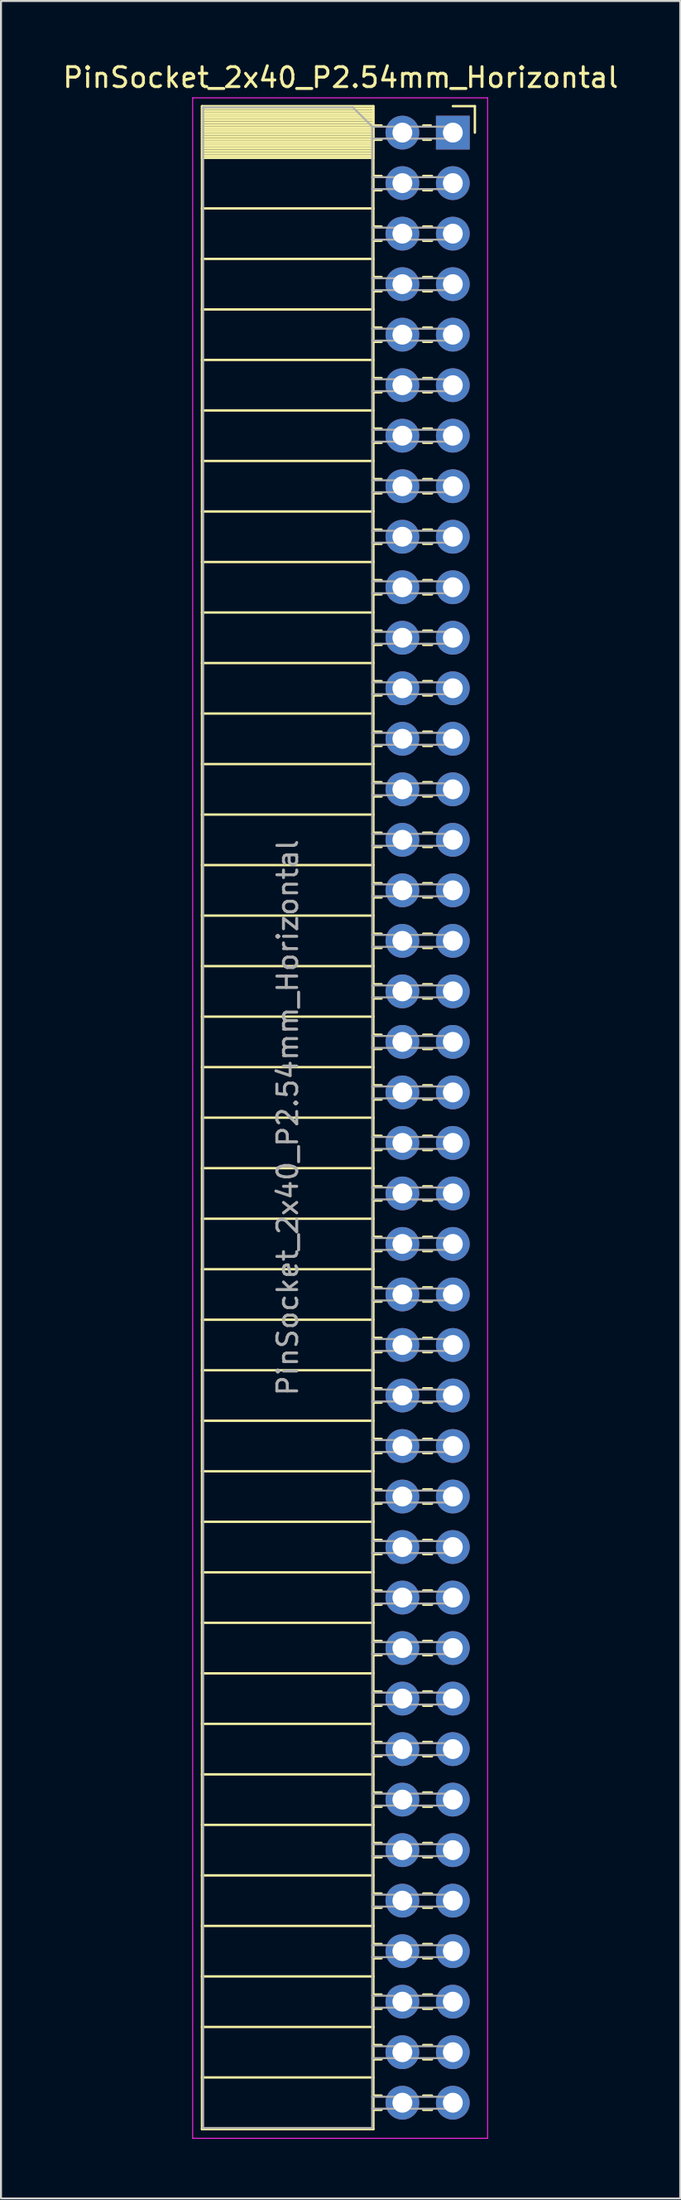
<source format=kicad_pcb>
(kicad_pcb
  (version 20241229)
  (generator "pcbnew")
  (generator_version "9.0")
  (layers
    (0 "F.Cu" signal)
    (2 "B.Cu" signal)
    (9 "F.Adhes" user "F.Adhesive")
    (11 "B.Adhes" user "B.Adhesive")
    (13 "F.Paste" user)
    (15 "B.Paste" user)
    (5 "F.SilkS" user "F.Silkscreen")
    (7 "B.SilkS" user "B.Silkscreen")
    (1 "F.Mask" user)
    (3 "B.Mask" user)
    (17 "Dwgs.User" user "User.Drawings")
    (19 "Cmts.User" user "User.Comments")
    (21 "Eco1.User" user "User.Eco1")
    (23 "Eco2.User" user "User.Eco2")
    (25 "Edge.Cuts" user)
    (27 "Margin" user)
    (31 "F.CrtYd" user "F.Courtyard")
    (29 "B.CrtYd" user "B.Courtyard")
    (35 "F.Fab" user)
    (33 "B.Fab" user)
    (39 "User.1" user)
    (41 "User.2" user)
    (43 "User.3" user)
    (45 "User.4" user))
  (footprint "PinSocket_2x40_P2.54mm_Horizontal"
    (layer "F.Cu")
    (at 19.751 3.618)
    (property "Reference" "PinSocket_2x40_P2.54mm_Horizontal" (at -5.65 -2.77 0) (layer "F.SilkS") (effects (font (size 1 1) (thickness 0.15))))
    (attr through_hole)
    (fp_line (start -12.63 -1.33) (end -12.63 100.39) (stroke (width 0.12) (type solid)) (layer "F.SilkS"))
    (fp_line (start -12.63 -1.33) (end -4 -1.33) (stroke (width 0.12) (type solid)) (layer "F.SilkS"))
    (fp_line (start -12.63 -1.21) (end -4 -1.21) (stroke (width 0.12) (type solid)) (layer "F.SilkS"))
    (fp_line (start -12.63 -1.092) (end -4 -1.092) (stroke (width 0.12) (type solid)) (layer "F.SilkS"))
    (fp_line (start -12.63 -0.974) (end -4 -0.974) (stroke (width 0.12) (type solid)) (layer "F.SilkS"))
    (fp_line (start -12.63 -0.856) (end -4 -0.856) (stroke (width 0.12) (type solid)) (layer "F.SilkS"))
    (fp_line (start -12.63 -0.738) (end -4 -0.738) (stroke (width 0.12) (type solid)) (layer "F.SilkS"))
    (fp_line (start -12.63 -0.62) (end -4 -0.62) (stroke (width 0.12) (type solid)) (layer "F.SilkS"))
    (fp_line (start -12.63 -0.501) (end -4 -0.501) (stroke (width 0.12) (type solid)) (layer "F.SilkS"))
    (fp_line (start -12.63 -0.383) (end -4 -0.383) (stroke (width 0.12) (type solid)) (layer "F.SilkS"))
    (fp_line (start -12.63 -0.265) (end -4 -0.265) (stroke (width 0.12) (type solid)) (layer "F.SilkS"))
    (fp_line (start -12.63 -0.147) (end -4 -0.147) (stroke (width 0.12) (type solid)) (layer "F.SilkS"))
    (fp_line (start -12.63 -0.029) (end -4 -0.029) (stroke (width 0.12) (type solid)) (layer "F.SilkS"))
    (fp_line (start -12.63 0.089) (end -4 0.089) (stroke (width 0.12) (type solid)) (layer "F.SilkS"))
    (fp_line (start -12.63 0.207) (end -4 0.207) (stroke (width 0.12) (type solid)) (layer "F.SilkS"))
    (fp_line (start -12.63 0.325) (end -4 0.325) (stroke (width 0.12) (type solid)) (layer "F.SilkS"))
    (fp_line (start -12.63 0.443) (end -4 0.443) (stroke (width 0.12) (type solid)) (layer "F.SilkS"))
    (fp_line (start -12.63 0.561) (end -4 0.561) (stroke (width 0.12) (type solid)) (layer "F.SilkS"))
    (fp_line (start -12.63 0.68) (end -4 0.68) (stroke (width 0.12) (type solid)) (layer "F.SilkS"))
    (fp_line (start -12.63 0.798) (end -4 0.798) (stroke (width 0.12) (type solid)) (layer "F.SilkS"))
    (fp_line (start -12.63 0.916) (end -4 0.916) (stroke (width 0.12) (type solid)) (layer "F.SilkS"))
    (fp_line (start -12.63 1.034) (end -4 1.034) (stroke (width 0.12) (type solid)) (layer "F.SilkS"))
    (fp_line (start -12.63 1.152) (end -4 1.152) (stroke (width 0.12) (type solid)) (layer "F.SilkS"))
    (fp_line (start -12.63 1.27) (end -4 1.27) (stroke (width 0.12) (type solid)) (layer "F.SilkS"))
    (fp_line (start -12.63 3.81) (end -4 3.81) (stroke (width 0.12) (type solid)) (layer "F.SilkS"))
    (fp_line (start -12.63 6.35) (end -4 6.35) (stroke (width 0.12) (type solid)) (layer "F.SilkS"))
    (fp_line (start -12.63 8.89) (end -4 8.89) (stroke (width 0.12) (type solid)) (layer "F.SilkS"))
    (fp_line (start -12.63 11.43) (end -4 11.43) (stroke (width 0.12) (type solid)) (layer "F.SilkS"))
    (fp_line (start -12.63 13.97) (end -4 13.97) (stroke (width 0.12) (type solid)) (layer "F.SilkS"))
    (fp_line (start -12.63 16.51) (end -4 16.51) (stroke (width 0.12) (type solid)) (layer "F.SilkS"))
    (fp_line (start -12.63 19.05) (end -4 19.05) (stroke (width 0.12) (type solid)) (layer "F.SilkS"))
    (fp_line (start -12.63 21.59) (end -4 21.59) (stroke (width 0.12) (type solid)) (layer "F.SilkS"))
    (fp_line (start -12.63 24.13) (end -4 24.13) (stroke (width 0.12) (type solid)) (layer "F.SilkS"))
    (fp_line (start -12.63 26.67) (end -4 26.67) (stroke (width 0.12) (type solid)) (layer "F.SilkS"))
    (fp_line (start -12.63 29.21) (end -4 29.21) (stroke (width 0.12) (type solid)) (layer "F.SilkS"))
    (fp_line (start -12.63 31.75) (end -4 31.75) (stroke (width 0.12) (type solid)) (layer "F.SilkS"))
    (fp_line (start -12.63 34.29) (end -4 34.29) (stroke (width 0.12) (type solid)) (layer "F.SilkS"))
    (fp_line (start -12.63 36.83) (end -4 36.83) (stroke (width 0.12) (type solid)) (layer "F.SilkS"))
    (fp_line (start -12.63 39.37) (end -4 39.37) (stroke (width 0.12) (type solid)) (layer "F.SilkS"))
    (fp_line (start -12.63 41.91) (end -4 41.91) (stroke (width 0.12) (type solid)) (layer "F.SilkS"))
    (fp_line (start -12.63 44.45) (end -4 44.45) (stroke (width 0.12) (type solid)) (layer "F.SilkS"))
    (fp_line (start -12.63 46.99) (end -4 46.99) (stroke (width 0.12) (type solid)) (layer "F.SilkS"))
    (fp_line (start -12.63 49.53) (end -4 49.53) (stroke (width 0.12) (type solid)) (layer "F.SilkS"))
    (fp_line (start -12.63 52.07) (end -4 52.07) (stroke (width 0.12) (type solid)) (layer "F.SilkS"))
    (fp_line (start -12.63 54.61) (end -4 54.61) (stroke (width 0.12) (type solid)) (layer "F.SilkS"))
    (fp_line (start -12.63 57.15) (end -4 57.15) (stroke (width 0.12) (type solid)) (layer "F.SilkS"))
    (fp_line (start -12.63 59.69) (end -4 59.69) (stroke (width 0.12) (type solid)) (layer "F.SilkS"))
    (fp_line (start -12.63 62.23) (end -4 62.23) (stroke (width 0.12) (type solid)) (layer "F.SilkS"))
    (fp_line (start -12.63 64.77) (end -4 64.77) (stroke (width 0.12) (type solid)) (layer "F.SilkS"))
    (fp_line (start -12.63 67.31) (end -4 67.31) (stroke (width 0.12) (type solid)) (layer "F.SilkS"))
    (fp_line (start -12.63 69.85) (end -4 69.85) (stroke (width 0.12) (type solid)) (layer "F.SilkS"))
    (fp_line (start -12.63 72.39) (end -4 72.39) (stroke (width 0.12) (type solid)) (layer "F.SilkS"))
    (fp_line (start -12.63 74.93) (end -4 74.93) (stroke (width 0.12) (type solid)) (layer "F.SilkS"))
    (fp_line (start -12.63 77.47) (end -4 77.47) (stroke (width 0.12) (type solid)) (layer "F.SilkS"))
    (fp_line (start -12.63 80.01) (end -4 80.01) (stroke (width 0.12) (type solid)) (layer "F.SilkS"))
    (fp_line (start -12.63 82.55) (end -4 82.55) (stroke (width 0.12) (type solid)) (layer "F.SilkS"))
    (fp_line (start -12.63 85.09) (end -4 85.09) (stroke (width 0.12) (type solid)) (layer "F.SilkS"))
    (fp_line (start -12.63 87.63) (end -4 87.63) (stroke (width 0.12) (type solid)) (layer "F.SilkS"))
    (fp_line (start -12.63 90.17) (end -4 90.17) (stroke (width 0.12) (type solid)) (layer "F.SilkS"))
    (fp_line (start -12.63 92.71) (end -4 92.71) (stroke (width 0.12) (type solid)) (layer "F.SilkS"))
    (fp_line (start -12.63 95.25) (end -4 95.25) (stroke (width 0.12) (type solid)) (layer "F.SilkS"))
    (fp_line (start -12.63 97.79) (end -4 97.79) (stroke (width 0.12) (type solid)) (layer "F.SilkS"))
    (fp_line (start -12.63 100.39) (end -4 100.39) (stroke (width 0.12) (type solid)) (layer "F.SilkS"))
    (fp_line (start -4 -1.33) (end -4 100.39) (stroke (width 0.12) (type solid)) (layer "F.SilkS"))
    (fp_line (start -4 -0.36) (end -3.59 -0.36) (stroke (width 0.12) (type solid)) (layer "F.SilkS"))
    (fp_line (start -4 0.36) (end -3.59 0.36) (stroke (width 0.12) (type solid)) (layer "F.SilkS"))
    (fp_line (start -4 2.18) (end -3.59 2.18) (stroke (width 0.12) (type solid)) (layer "F.SilkS"))
    (fp_line (start -4 2.9) (end -3.59 2.9) (stroke (width 0.12) (type solid)) (layer "F.SilkS"))
    (fp_line (start -4 4.72) (end -3.59 4.72) (stroke (width 0.12) (type solid)) (layer "F.SilkS"))
    (fp_line (start -4 5.44) (end -3.59 5.44) (stroke (width 0.12) (type solid)) (layer "F.SilkS"))
    (fp_line (start -4 7.26) (end -3.59 7.26) (stroke (width 0.12) (type solid)) (layer "F.SilkS"))
    (fp_line (start -4 7.98) (end -3.59 7.98) (stroke (width 0.12) (type solid)) (layer "F.SilkS"))
    (fp_line (start -4 9.8) (end -3.59 9.8) (stroke (width 0.12) (type solid)) (layer "F.SilkS"))
    (fp_line (start -4 10.52) (end -3.59 10.52) (stroke (width 0.12) (type solid)) (layer "F.SilkS"))
    (fp_line (start -4 12.34) (end -3.59 12.34) (stroke (width 0.12) (type solid)) (layer "F.SilkS"))
    (fp_line (start -4 13.06) (end -3.59 13.06) (stroke (width 0.12) (type solid)) (layer "F.SilkS"))
    (fp_line (start -4 14.88) (end -3.59 14.88) (stroke (width 0.12) (type solid)) (layer "F.SilkS"))
    (fp_line (start -4 15.6) (end -3.59 15.6) (stroke (width 0.12) (type solid)) (layer "F.SilkS"))
    (fp_line (start -4 17.42) (end -3.59 17.42) (stroke (width 0.12) (type solid)) (layer "F.SilkS"))
    (fp_line (start -4 18.14) (end -3.59 18.14) (stroke (width 0.12) (type solid)) (layer "F.SilkS"))
    (fp_line (start -4 19.96) (end -3.59 19.96) (stroke (width 0.12) (type solid)) (layer "F.SilkS"))
    (fp_line (start -4 20.68) (end -3.59 20.68) (stroke (width 0.12) (type solid)) (layer "F.SilkS"))
    (fp_line (start -4 22.5) (end -3.59 22.5) (stroke (width 0.12) (type solid)) (layer "F.SilkS"))
    (fp_line (start -4 23.22) (end -3.59 23.22) (stroke (width 0.12) (type solid)) (layer "F.SilkS"))
    (fp_line (start -4 25.04) (end -3.59 25.04) (stroke (width 0.12) (type solid)) (layer "F.SilkS"))
    (fp_line (start -4 25.76) (end -3.59 25.76) (stroke (width 0.12) (type solid)) (layer "F.SilkS"))
    (fp_line (start -4 27.58) (end -3.59 27.58) (stroke (width 0.12) (type solid)) (layer "F.SilkS"))
    (fp_line (start -4 28.3) (end -3.59 28.3) (stroke (width 0.12) (type solid)) (layer "F.SilkS"))
    (fp_line (start -4 30.12) (end -3.59 30.12) (stroke (width 0.12) (type solid)) (layer "F.SilkS"))
    (fp_line (start -4 30.84) (end -3.59 30.84) (stroke (width 0.12) (type solid)) (layer "F.SilkS"))
    (fp_line (start -4 32.66) (end -3.59 32.66) (stroke (width 0.12) (type solid)) (layer "F.SilkS"))
    (fp_line (start -4 33.38) (end -3.59 33.38) (stroke (width 0.12) (type solid)) (layer "F.SilkS"))
    (fp_line (start -4 35.2) (end -3.59 35.2) (stroke (width 0.12) (type solid)) (layer "F.SilkS"))
    (fp_line (start -4 35.92) (end -3.59 35.92) (stroke (width 0.12) (type solid)) (layer "F.SilkS"))
    (fp_line (start -4 37.74) (end -3.59 37.74) (stroke (width 0.12) (type solid)) (layer "F.SilkS"))
    (fp_line (start -4 38.46) (end -3.59 38.46) (stroke (width 0.12) (type solid)) (layer "F.SilkS"))
    (fp_line (start -4 40.28) (end -3.59 40.28) (stroke (width 0.12) (type solid)) (layer "F.SilkS"))
    (fp_line (start -4 41) (end -3.59 41) (stroke (width 0.12) (type solid)) (layer "F.SilkS"))
    (fp_line (start -4 42.82) (end -3.59 42.82) (stroke (width 0.12) (type solid)) (layer "F.SilkS"))
    (fp_line (start -4 43.54) (end -3.59 43.54) (stroke (width 0.12) (type solid)) (layer "F.SilkS"))
    (fp_line (start -4 45.36) (end -3.59 45.36) (stroke (width 0.12) (type solid)) (layer "F.SilkS"))
    (fp_line (start -4 46.08) (end -3.59 46.08) (stroke (width 0.12) (type solid)) (layer "F.SilkS"))
    (fp_line (start -4 47.9) (end -3.59 47.9) (stroke (width 0.12) (type solid)) (layer "F.SilkS"))
    (fp_line (start -4 48.62) (end -3.59 48.62) (stroke (width 0.12) (type solid)) (layer "F.SilkS"))
    (fp_line (start -4 50.44) (end -3.59 50.44) (stroke (width 0.12) (type solid)) (layer "F.SilkS"))
    (fp_line (start -4 51.16) (end -3.59 51.16) (stroke (width 0.12) (type solid)) (layer "F.SilkS"))
    (fp_line (start -4 52.98) (end -3.59 52.98) (stroke (width 0.12) (type solid)) (layer "F.SilkS"))
    (fp_line (start -4 53.7) (end -3.59 53.7) (stroke (width 0.12) (type solid)) (layer "F.SilkS"))
    (fp_line (start -4 55.52) (end -3.59 55.52) (stroke (width 0.12) (type solid)) (layer "F.SilkS"))
    (fp_line (start -4 56.24) (end -3.59 56.24) (stroke (width 0.12) (type solid)) (layer "F.SilkS"))
    (fp_line (start -4 58.06) (end -3.59 58.06) (stroke (width 0.12) (type solid)) (layer "F.SilkS"))
    (fp_line (start -4 58.78) (end -3.59 58.78) (stroke (width 0.12) (type solid)) (layer "F.SilkS"))
    (fp_line (start -4 60.6) (end -3.59 60.6) (stroke (width 0.12) (type solid)) (layer "F.SilkS"))
    (fp_line (start -4 61.32) (end -3.59 61.32) (stroke (width 0.12) (type solid)) (layer "F.SilkS"))
    (fp_line (start -4 63.14) (end -3.59 63.14) (stroke (width 0.12) (type solid)) (layer "F.SilkS"))
    (fp_line (start -4 63.86) (end -3.59 63.86) (stroke (width 0.12) (type solid)) (layer "F.SilkS"))
    (fp_line (start -4 65.68) (end -3.59 65.68) (stroke (width 0.12) (type solid)) (layer "F.SilkS"))
    (fp_line (start -4 66.4) (end -3.59 66.4) (stroke (width 0.12) (type solid)) (layer "F.SilkS"))
    (fp_line (start -4 68.22) (end -3.59 68.22) (stroke (width 0.12) (type solid)) (layer "F.SilkS"))
    (fp_line (start -4 68.94) (end -3.59 68.94) (stroke (width 0.12) (type solid)) (layer "F.SilkS"))
    (fp_line (start -4 70.76) (end -3.59 70.76) (stroke (width 0.12) (type solid)) (layer "F.SilkS"))
    (fp_line (start -4 71.48) (end -3.59 71.48) (stroke (width 0.12) (type solid)) (layer "F.SilkS"))
    (fp_line (start -4 73.3) (end -3.59 73.3) (stroke (width 0.12) (type solid)) (layer "F.SilkS"))
    (fp_line (start -4 74.02) (end -3.59 74.02) (stroke (width 0.12) (type solid)) (layer "F.SilkS"))
    (fp_line (start -4 75.84) (end -3.59 75.84) (stroke (width 0.12) (type solid)) (layer "F.SilkS"))
    (fp_line (start -4 76.56) (end -3.59 76.56) (stroke (width 0.12) (type solid)) (layer "F.SilkS"))
    (fp_line (start -4 78.38) (end -3.59 78.38) (stroke (width 0.12) (type solid)) (layer "F.SilkS"))
    (fp_line (start -4 79.1) (end -3.59 79.1) (stroke (width 0.12) (type solid)) (layer "F.SilkS"))
    (fp_line (start -4 80.92) (end -3.59 80.92) (stroke (width 0.12) (type solid)) (layer "F.SilkS"))
    (fp_line (start -4 81.64) (end -3.59 81.64) (stroke (width 0.12) (type solid)) (layer "F.SilkS"))
    (fp_line (start -4 83.46) (end -3.59 83.46) (stroke (width 0.12) (type solid)) (layer "F.SilkS"))
    (fp_line (start -4 84.18) (end -3.59 84.18) (stroke (width 0.12) (type solid)) (layer "F.SilkS"))
    (fp_line (start -4 86) (end -3.59 86) (stroke (width 0.12) (type solid)) (layer "F.SilkS"))
    (fp_line (start -4 86.72) (end -3.59 86.72) (stroke (width 0.12) (type solid)) (layer "F.SilkS"))
    (fp_line (start -4 88.54) (end -3.59 88.54) (stroke (width 0.12) (type solid)) (layer "F.SilkS"))
    (fp_line (start -4 89.26) (end -3.59 89.26) (stroke (width 0.12) (type solid)) (layer "F.SilkS"))
    (fp_line (start -4 91.08) (end -3.59 91.08) (stroke (width 0.12) (type solid)) (layer "F.SilkS"))
    (fp_line (start -4 91.8) (end -3.59 91.8) (stroke (width 0.12) (type solid)) (layer "F.SilkS"))
    (fp_line (start -4 93.62) (end -3.59 93.62) (stroke (width 0.12) (type solid)) (layer "F.SilkS"))
    (fp_line (start -4 94.34) (end -3.59 94.34) (stroke (width 0.12) (type solid)) (layer "F.SilkS"))
    (fp_line (start -4 96.16) (end -3.59 96.16) (stroke (width 0.12) (type solid)) (layer "F.SilkS"))
    (fp_line (start -4 96.88) (end -3.59 96.88) (stroke (width 0.12) (type solid)) (layer "F.SilkS"))
    (fp_line (start -4 98.7) (end -3.59 98.7) (stroke (width 0.12) (type solid)) (layer "F.SilkS"))
    (fp_line (start -4 99.42) (end -3.59 99.42) (stroke (width 0.12) (type solid)) (layer "F.SilkS"))
    (fp_line (start -1.49 -0.36) (end -1.11 -0.36) (stroke (width 0.12) (type solid)) (layer "F.SilkS"))
    (fp_line (start -1.49 0.36) (end -1.11 0.36) (stroke (width 0.12) (type solid)) (layer "F.SilkS"))
    (fp_line (start -1.49 2.18) (end -1.05 2.18) (stroke (width 0.12) (type solid)) (layer "F.SilkS"))
    (fp_line (start -1.49 2.9) (end -1.05 2.9) (stroke (width 0.12) (type solid)) (layer "F.SilkS"))
    (fp_line (start -1.49 4.72) (end -1.05 4.72) (stroke (width 0.12) (type solid)) (layer "F.SilkS"))
    (fp_line (start -1.49 5.44) (end -1.05 5.44) (stroke (width 0.12) (type solid)) (layer "F.SilkS"))
    (fp_line (start -1.49 7.26) (end -1.05 7.26) (stroke (width 0.12) (type solid)) (layer "F.SilkS"))
    (fp_line (start -1.49 7.98) (end -1.05 7.98) (stroke (width 0.12) (type solid)) (layer "F.SilkS"))
    (fp_line (start -1.49 9.8) (end -1.05 9.8) (stroke (width 0.12) (type solid)) (layer "F.SilkS"))
    (fp_line (start -1.49 10.52) (end -1.05 10.52) (stroke (width 0.12) (type solid)) (layer "F.SilkS"))
    (fp_line (start -1.49 12.34) (end -1.05 12.34) (stroke (width 0.12) (type solid)) (layer "F.SilkS"))
    (fp_line (start -1.49 13.06) (end -1.05 13.06) (stroke (width 0.12) (type solid)) (layer "F.SilkS"))
    (fp_line (start -1.49 14.88) (end -1.05 14.88) (stroke (width 0.12) (type solid)) (layer "F.SilkS"))
    (fp_line (start -1.49 15.6) (end -1.05 15.6) (stroke (width 0.12) (type solid)) (layer "F.SilkS"))
    (fp_line (start -1.49 17.42) (end -1.05 17.42) (stroke (width 0.12) (type solid)) (layer "F.SilkS"))
    (fp_line (start -1.49 18.14) (end -1.05 18.14) (stroke (width 0.12) (type solid)) (layer "F.SilkS"))
    (fp_line (start -1.49 19.96) (end -1.05 19.96) (stroke (width 0.12) (type solid)) (layer "F.SilkS"))
    (fp_line (start -1.49 20.68) (end -1.05 20.68) (stroke (width 0.12) (type solid)) (layer "F.SilkS"))
    (fp_line (start -1.49 22.5) (end -1.05 22.5) (stroke (width 0.12) (type solid)) (layer "F.SilkS"))
    (fp_line (start -1.49 23.22) (end -1.05 23.22) (stroke (width 0.12) (type solid)) (layer "F.SilkS"))
    (fp_line (start -1.49 25.04) (end -1.05 25.04) (stroke (width 0.12) (type solid)) (layer "F.SilkS"))
    (fp_line (start -1.49 25.76) (end -1.05 25.76) (stroke (width 0.12) (type solid)) (layer "F.SilkS"))
    (fp_line (start -1.49 27.58) (end -1.05 27.58) (stroke (width 0.12) (type solid)) (layer "F.SilkS"))
    (fp_line (start -1.49 28.3) (end -1.05 28.3) (stroke (width 0.12) (type solid)) (layer "F.SilkS"))
    (fp_line (start -1.49 30.12) (end -1.05 30.12) (stroke (width 0.12) (type solid)) (layer "F.SilkS"))
    (fp_line (start -1.49 30.84) (end -1.05 30.84) (stroke (width 0.12) (type solid)) (layer "F.SilkS"))
    (fp_line (start -1.49 32.66) (end -1.05 32.66) (stroke (width 0.12) (type solid)) (layer "F.SilkS"))
    (fp_line (start -1.49 33.38) (end -1.05 33.38) (stroke (width 0.12) (type solid)) (layer "F.SilkS"))
    (fp_line (start -1.49 35.2) (end -1.05 35.2) (stroke (width 0.12) (type solid)) (layer "F.SilkS"))
    (fp_line (start -1.49 35.92) (end -1.05 35.92) (stroke (width 0.12) (type solid)) (layer "F.SilkS"))
    (fp_line (start -1.49 37.74) (end -1.05 37.74) (stroke (width 0.12) (type solid)) (layer "F.SilkS"))
    (fp_line (start -1.49 38.46) (end -1.05 38.46) (stroke (width 0.12) (type solid)) (layer "F.SilkS"))
    (fp_line (start -1.49 40.28) (end -1.05 40.28) (stroke (width 0.12) (type solid)) (layer "F.SilkS"))
    (fp_line (start -1.49 41) (end -1.05 41) (stroke (width 0.12) (type solid)) (layer "F.SilkS"))
    (fp_line (start -1.49 42.82) (end -1.05 42.82) (stroke (width 0.12) (type solid)) (layer "F.SilkS"))
    (fp_line (start -1.49 43.54) (end -1.05 43.54) (stroke (width 0.12) (type solid)) (layer "F.SilkS"))
    (fp_line (start -1.49 45.36) (end -1.05 45.36) (stroke (width 0.12) (type solid)) (layer "F.SilkS"))
    (fp_line (start -1.49 46.08) (end -1.05 46.08) (stroke (width 0.12) (type solid)) (layer "F.SilkS"))
    (fp_line (start -1.49 47.9) (end -1.05 47.9) (stroke (width 0.12) (type solid)) (layer "F.SilkS"))
    (fp_line (start -1.49 48.62) (end -1.05 48.62) (stroke (width 0.12) (type solid)) (layer "F.SilkS"))
    (fp_line (start -1.49 50.44) (end -1.05 50.44) (stroke (width 0.12) (type solid)) (layer "F.SilkS"))
    (fp_line (start -1.49 51.16) (end -1.05 51.16) (stroke (width 0.12) (type solid)) (layer "F.SilkS"))
    (fp_line (start -1.49 52.98) (end -1.05 52.98) (stroke (width 0.12) (type solid)) (layer "F.SilkS"))
    (fp_line (start -1.49 53.7) (end -1.05 53.7) (stroke (width 0.12) (type solid)) (layer "F.SilkS"))
    (fp_line (start -1.49 55.52) (end -1.05 55.52) (stroke (width 0.12) (type solid)) (layer "F.SilkS"))
    (fp_line (start -1.49 56.24) (end -1.05 56.24) (stroke (width 0.12) (type solid)) (layer "F.SilkS"))
    (fp_line (start -1.49 58.06) (end -1.05 58.06) (stroke (width 0.12) (type solid)) (layer "F.SilkS"))
    (fp_line (start -1.49 58.78) (end -1.05 58.78) (stroke (width 0.12) (type solid)) (layer "F.SilkS"))
    (fp_line (start -1.49 60.6) (end -1.05 60.6) (stroke (width 0.12) (type solid)) (layer "F.SilkS"))
    (fp_line (start -1.49 61.32) (end -1.05 61.32) (stroke (width 0.12) (type solid)) (layer "F.SilkS"))
    (fp_line (start -1.49 63.14) (end -1.05 63.14) (stroke (width 0.12) (type solid)) (layer "F.SilkS"))
    (fp_line (start -1.49 63.86) (end -1.05 63.86) (stroke (width 0.12) (type solid)) (layer "F.SilkS"))
    (fp_line (start -1.49 65.68) (end -1.05 65.68) (stroke (width 0.12) (type solid)) (layer "F.SilkS"))
    (fp_line (start -1.49 66.4) (end -1.05 66.4) (stroke (width 0.12) (type solid)) (layer "F.SilkS"))
    (fp_line (start -1.49 68.22) (end -1.05 68.22) (stroke (width 0.12) (type solid)) (layer "F.SilkS"))
    (fp_line (start -1.49 68.94) (end -1.05 68.94) (stroke (width 0.12) (type solid)) (layer "F.SilkS"))
    (fp_line (start -1.49 70.76) (end -1.05 70.76) (stroke (width 0.12) (type solid)) (layer "F.SilkS"))
    (fp_line (start -1.49 71.48) (end -1.05 71.48) (stroke (width 0.12) (type solid)) (layer "F.SilkS"))
    (fp_line (start -1.49 73.3) (end -1.05 73.3) (stroke (width 0.12) (type solid)) (layer "F.SilkS"))
    (fp_line (start -1.49 74.02) (end -1.05 74.02) (stroke (width 0.12) (type solid)) (layer "F.SilkS"))
    (fp_line (start -1.49 75.84) (end -1.05 75.84) (stroke (width 0.12) (type solid)) (layer "F.SilkS"))
    (fp_line (start -1.49 76.56) (end -1.05 76.56) (stroke (width 0.12) (type solid)) (layer "F.SilkS"))
    (fp_line (start -1.49 78.38) (end -1.05 78.38) (stroke (width 0.12) (type solid)) (layer "F.SilkS"))
    (fp_line (start -1.49 79.1) (end -1.05 79.1) (stroke (width 0.12) (type solid)) (layer "F.SilkS"))
    (fp_line (start -1.49 80.92) (end -1.05 80.92) (stroke (width 0.12) (type solid)) (layer "F.SilkS"))
    (fp_line (start -1.49 81.64) (end -1.05 81.64) (stroke (width 0.12) (type solid)) (layer "F.SilkS"))
    (fp_line (start -1.49 83.46) (end -1.05 83.46) (stroke (width 0.12) (type solid)) (layer "F.SilkS"))
    (fp_line (start -1.49 84.18) (end -1.05 84.18) (stroke (width 0.12) (type solid)) (layer "F.SilkS"))
    (fp_line (start -1.49 86) (end -1.05 86) (stroke (width 0.12) (type solid)) (layer "F.SilkS"))
    (fp_line (start -1.49 86.72) (end -1.05 86.72) (stroke (width 0.12) (type solid)) (layer "F.SilkS"))
    (fp_line (start -1.49 88.54) (end -1.05 88.54) (stroke (width 0.12) (type solid)) (layer "F.SilkS"))
    (fp_line (start -1.49 89.26) (end -1.05 89.26) (stroke (width 0.12) (type solid)) (layer "F.SilkS"))
    (fp_line (start -1.49 91.08) (end -1.05 91.08) (stroke (width 0.12) (type solid)) (layer "F.SilkS"))
    (fp_line (start -1.49 91.8) (end -1.05 91.8) (stroke (width 0.12) (type solid)) (layer "F.SilkS"))
    (fp_line (start -1.49 93.62) (end -1.05 93.62) (stroke (width 0.12) (type solid)) (layer "F.SilkS"))
    (fp_line (start -1.49 94.34) (end -1.05 94.34) (stroke (width 0.12) (type solid)) (layer "F.SilkS"))
    (fp_line (start -1.49 96.16) (end -1.05 96.16) (stroke (width 0.12) (type solid)) (layer "F.SilkS"))
    (fp_line (start -1.49 96.88) (end -1.05 96.88) (stroke (width 0.12) (type solid)) (layer "F.SilkS"))
    (fp_line (start -1.49 98.7) (end -1.05 98.7) (stroke (width 0.12) (type solid)) (layer "F.SilkS"))
    (fp_line (start -1.49 99.42) (end -1.05 99.42) (stroke (width 0.12) (type solid)) (layer "F.SilkS"))
    (fp_line (start 0 -1.33) (end 1.11 -1.33) (stroke (width 0.12) (type solid)) (layer "F.SilkS"))
    (fp_line (start 1.11 -1.33) (end 1.11 0) (stroke (width 0.12) (type solid)) (layer "F.SilkS"))
    (fp_line (start -13.1 -1.75) (end -13.1 100.85) (stroke (width 0.05) (type solid)) (layer "F.CrtYd"))
    (fp_line (start -13.1 100.85) (end 1.75 100.85) (stroke (width 0.05) (type solid)) (layer "F.CrtYd"))
    (fp_line (start 1.75 -1.75) (end -13.1 -1.75) (stroke (width 0.05) (type solid)) (layer "F.CrtYd"))
    (fp_line (start 1.75 100.85) (end 1.75 -1.75) (stroke (width 0.05) (type solid)) (layer "F.CrtYd"))
    (fp_line (start -12.57 -1.27) (end -5.03 -1.27) (stroke (width 0.1) (type solid)) (layer "F.Fab"))
    (fp_line (start -12.57 100.33) (end -12.57 -1.27) (stroke (width 0.1) (type solid)) (layer "F.Fab"))
    (fp_line (start -5.03 -1.27) (end -4.06 -0.3) (stroke (width 0.1) (type solid)) (layer "F.Fab"))
    (fp_line (start -4.06 -0.3) (end -4.06 100.33) (stroke (width 0.1) (type solid)) (layer "F.Fab"))
    (fp_line (start -4.06 0.3) (end 0 0.3) (stroke (width 0.1) (type solid)) (layer "F.Fab"))
    (fp_line (start -4.06 2.84) (end 0 2.84) (stroke (width 0.1) (type solid)) (layer "F.Fab"))
    (fp_line (start -4.06 5.38) (end 0 5.38) (stroke (width 0.1) (type solid)) (layer "F.Fab"))
    (fp_line (start -4.06 7.92) (end 0 7.92) (stroke (width 0.1) (type solid)) (layer "F.Fab"))
    (fp_line (start -4.06 10.46) (end 0 10.46) (stroke (width 0.1) (type solid)) (layer "F.Fab"))
    (fp_line (start -4.06 13) (end 0 13) (stroke (width 0.1) (type solid)) (layer "F.Fab"))
    (fp_line (start -4.06 15.54) (end 0 15.54) (stroke (width 0.1) (type solid)) (layer "F.Fab"))
    (fp_line (start -4.06 18.08) (end 0 18.08) (stroke (width 0.1) (type solid)) (layer "F.Fab"))
    (fp_line (start -4.06 20.62) (end 0 20.62) (stroke (width 0.1) (type solid)) (layer "F.Fab"))
    (fp_line (start -4.06 23.16) (end 0 23.16) (stroke (width 0.1) (type solid)) (layer "F.Fab"))
    (fp_line (start -4.06 25.7) (end 0 25.7) (stroke (width 0.1) (type solid)) (layer "F.Fab"))
    (fp_line (start -4.06 28.24) (end 0 28.24) (stroke (width 0.1) (type solid)) (layer "F.Fab"))
    (fp_line (start -4.06 30.78) (end 0 30.78) (stroke (width 0.1) (type solid)) (layer "F.Fab"))
    (fp_line (start -4.06 33.32) (end 0 33.32) (stroke (width 0.1) (type solid)) (layer "F.Fab"))
    (fp_line (start -4.06 35.86) (end 0 35.86) (stroke (width 0.1) (type solid)) (layer "F.Fab"))
    (fp_line (start -4.06 38.4) (end 0 38.4) (stroke (width 0.1) (type solid)) (layer "F.Fab"))
    (fp_line (start -4.06 40.94) (end 0 40.94) (stroke (width 0.1) (type solid)) (layer "F.Fab"))
    (fp_line (start -4.06 43.48) (end 0 43.48) (stroke (width 0.1) (type solid)) (layer "F.Fab"))
    (fp_line (start -4.06 46.02) (end 0 46.02) (stroke (width 0.1) (type solid)) (layer "F.Fab"))
    (fp_line (start -4.06 48.56) (end 0 48.56) (stroke (width 0.1) (type solid)) (layer "F.Fab"))
    (fp_line (start -4.06 51.1) (end 0 51.1) (stroke (width 0.1) (type solid)) (layer "F.Fab"))
    (fp_line (start -4.06 53.64) (end 0 53.64) (stroke (width 0.1) (type solid)) (layer "F.Fab"))
    (fp_line (start -4.06 56.18) (end 0 56.18) (stroke (width 0.1) (type solid)) (layer "F.Fab"))
    (fp_line (start -4.06 58.72) (end 0 58.72) (stroke (width 0.1) (type solid)) (layer "F.Fab"))
    (fp_line (start -4.06 61.26) (end 0 61.26) (stroke (width 0.1) (type solid)) (layer "F.Fab"))
    (fp_line (start -4.06 63.8) (end 0 63.8) (stroke (width 0.1) (type solid)) (layer "F.Fab"))
    (fp_line (start -4.06 66.34) (end 0 66.34) (stroke (width 0.1) (type solid)) (layer "F.Fab"))
    (fp_line (start -4.06 68.88) (end 0 68.88) (stroke (width 0.1) (type solid)) (layer "F.Fab"))
    (fp_line (start -4.06 71.42) (end 0 71.42) (stroke (width 0.1) (type solid)) (layer "F.Fab"))
    (fp_line (start -4.06 73.96) (end 0 73.96) (stroke (width 0.1) (type solid)) (layer "F.Fab"))
    (fp_line (start -4.06 76.5) (end 0 76.5) (stroke (width 0.1) (type solid)) (layer "F.Fab"))
    (fp_line (start -4.06 79.04) (end 0 79.04) (stroke (width 0.1) (type solid)) (layer "F.Fab"))
    (fp_line (start -4.06 81.58) (end 0 81.58) (stroke (width 0.1) (type solid)) (layer "F.Fab"))
    (fp_line (start -4.06 84.12) (end 0 84.12) (stroke (width 0.1) (type solid)) (layer "F.Fab"))
    (fp_line (start -4.06 86.66) (end 0 86.66) (stroke (width 0.1) (type solid)) (layer "F.Fab"))
    (fp_line (start -4.06 89.2) (end 0 89.2) (stroke (width 0.1) (type solid)) (layer "F.Fab"))
    (fp_line (start -4.06 91.74) (end 0 91.74) (stroke (width 0.1) (type solid)) (layer "F.Fab"))
    (fp_line (start -4.06 94.28) (end 0 94.28) (stroke (width 0.1) (type solid)) (layer "F.Fab"))
    (fp_line (start -4.06 96.82) (end 0 96.82) (stroke (width 0.1) (type solid)) (layer "F.Fab"))
    (fp_line (start -4.06 99.36) (end 0 99.36) (stroke (width 0.1) (type solid)) (layer "F.Fab"))
    (fp_line (start -4.06 100.33) (end -12.57 100.33) (stroke (width 0.1) (type solid)) (layer "F.Fab"))
    (fp_line (start 0 -0.3) (end -4.06 -0.3) (stroke (width 0.1) (type solid)) (layer "F.Fab"))
    (fp_line (start 0 0.3) (end 0 -0.3) (stroke (width 0.1) (type solid)) (layer "F.Fab"))
    (fp_line (start 0 2.24) (end -4.06 2.24) (stroke (width 0.1) (type solid)) (layer "F.Fab"))
    (fp_line (start 0 2.84) (end 0 2.24) (stroke (width 0.1) (type solid)) (layer "F.Fab"))
    (fp_line (start 0 4.78) (end -4.06 4.78) (stroke (width 0.1) (type solid)) (layer "F.Fab"))
    (fp_line (start 0 5.38) (end 0 4.78) (stroke (width 0.1) (type solid)) (layer "F.Fab"))
    (fp_line (start 0 7.32) (end -4.06 7.32) (stroke (width 0.1) (type solid)) (layer "F.Fab"))
    (fp_line (start 0 7.92) (end 0 7.32) (stroke (width 0.1) (type solid)) (layer "F.Fab"))
    (fp_line (start 0 9.86) (end -4.06 9.86) (stroke (width 0.1) (type solid)) (layer "F.Fab"))
    (fp_line (start 0 10.46) (end 0 9.86) (stroke (width 0.1) (type solid)) (layer "F.Fab"))
    (fp_line (start 0 12.4) (end -4.06 12.4) (stroke (width 0.1) (type solid)) (layer "F.Fab"))
    (fp_line (start 0 13) (end 0 12.4) (stroke (width 0.1) (type solid)) (layer "F.Fab"))
    (fp_line (start 0 14.94) (end -4.06 14.94) (stroke (width 0.1) (type solid)) (layer "F.Fab"))
    (fp_line (start 0 15.54) (end 0 14.94) (stroke (width 0.1) (type solid)) (layer "F.Fab"))
    (fp_line (start 0 17.48) (end -4.06 17.48) (stroke (width 0.1) (type solid)) (layer "F.Fab"))
    (fp_line (start 0 18.08) (end 0 17.48) (stroke (width 0.1) (type solid)) (layer "F.Fab"))
    (fp_line (start 0 20.02) (end -4.06 20.02) (stroke (width 0.1) (type solid)) (layer "F.Fab"))
    (fp_line (start 0 20.62) (end 0 20.02) (stroke (width 0.1) (type solid)) (layer "F.Fab"))
    (fp_line (start 0 22.56) (end -4.06 22.56) (stroke (width 0.1) (type solid)) (layer "F.Fab"))
    (fp_line (start 0 23.16) (end 0 22.56) (stroke (width 0.1) (type solid)) (layer "F.Fab"))
    (fp_line (start 0 25.1) (end -4.06 25.1) (stroke (width 0.1) (type solid)) (layer "F.Fab"))
    (fp_line (start 0 25.7) (end 0 25.1) (stroke (width 0.1) (type solid)) (layer "F.Fab"))
    (fp_line (start 0 27.64) (end -4.06 27.64) (stroke (width 0.1) (type solid)) (layer "F.Fab"))
    (fp_line (start 0 28.24) (end 0 27.64) (stroke (width 0.1) (type solid)) (layer "F.Fab"))
    (fp_line (start 0 30.18) (end -4.06 30.18) (stroke (width 0.1) (type solid)) (layer "F.Fab"))
    (fp_line (start 0 30.78) (end 0 30.18) (stroke (width 0.1) (type solid)) (layer "F.Fab"))
    (fp_line (start 0 32.72) (end -4.06 32.72) (stroke (width 0.1) (type solid)) (layer "F.Fab"))
    (fp_line (start 0 33.32) (end 0 32.72) (stroke (width 0.1) (type solid)) (layer "F.Fab"))
    (fp_line (start 0 35.26) (end -4.06 35.26) (stroke (width 0.1) (type solid)) (layer "F.Fab"))
    (fp_line (start 0 35.86) (end 0 35.26) (stroke (width 0.1) (type solid)) (layer "F.Fab"))
    (fp_line (start 0 37.8) (end -4.06 37.8) (stroke (width 0.1) (type solid)) (layer "F.Fab"))
    (fp_line (start 0 38.4) (end 0 37.8) (stroke (width 0.1) (type solid)) (layer "F.Fab"))
    (fp_line (start 0 40.34) (end -4.06 40.34) (stroke (width 0.1) (type solid)) (layer "F.Fab"))
    (fp_line (start 0 40.94) (end 0 40.34) (stroke (width 0.1) (type solid)) (layer "F.Fab"))
    (fp_line (start 0 42.88) (end -4.06 42.88) (stroke (width 0.1) (type solid)) (layer "F.Fab"))
    (fp_line (start 0 43.48) (end 0 42.88) (stroke (width 0.1) (type solid)) (layer "F.Fab"))
    (fp_line (start 0 45.42) (end -4.06 45.42) (stroke (width 0.1) (type solid)) (layer "F.Fab"))
    (fp_line (start 0 46.02) (end 0 45.42) (stroke (width 0.1) (type solid)) (layer "F.Fab"))
    (fp_line (start 0 47.96) (end -4.06 47.96) (stroke (width 0.1) (type solid)) (layer "F.Fab"))
    (fp_line (start 0 48.56) (end 0 47.96) (stroke (width 0.1) (type solid)) (layer "F.Fab"))
    (fp_line (start 0 50.5) (end -4.06 50.5) (stroke (width 0.1) (type solid)) (layer "F.Fab"))
    (fp_line (start 0 51.1) (end 0 50.5) (stroke (width 0.1) (type solid)) (layer "F.Fab"))
    (fp_line (start 0 53.04) (end -4.06 53.04) (stroke (width 0.1) (type solid)) (layer "F.Fab"))
    (fp_line (start 0 53.64) (end 0 53.04) (stroke (width 0.1) (type solid)) (layer "F.Fab"))
    (fp_line (start 0 55.58) (end -4.06 55.58) (stroke (width 0.1) (type solid)) (layer "F.Fab"))
    (fp_line (start 0 56.18) (end 0 55.58) (stroke (width 0.1) (type solid)) (layer "F.Fab"))
    (fp_line (start 0 58.12) (end -4.06 58.12) (stroke (width 0.1) (type solid)) (layer "F.Fab"))
    (fp_line (start 0 58.72) (end 0 58.12) (stroke (width 0.1) (type solid)) (layer "F.Fab"))
    (fp_line (start 0 60.66) (end -4.06 60.66) (stroke (width 0.1) (type solid)) (layer "F.Fab"))
    (fp_line (start 0 61.26) (end 0 60.66) (stroke (width 0.1) (type solid)) (layer "F.Fab"))
    (fp_line (start 0 63.2) (end -4.06 63.2) (stroke (width 0.1) (type solid)) (layer "F.Fab"))
    (fp_line (start 0 63.8) (end 0 63.2) (stroke (width 0.1) (type solid)) (layer "F.Fab"))
    (fp_line (start 0 65.74) (end -4.06 65.74) (stroke (width 0.1) (type solid)) (layer "F.Fab"))
    (fp_line (start 0 66.34) (end 0 65.74) (stroke (width 0.1) (type solid)) (layer "F.Fab"))
    (fp_line (start 0 68.28) (end -4.06 68.28) (stroke (width 0.1) (type solid)) (layer "F.Fab"))
    (fp_line (start 0 68.88) (end 0 68.28) (stroke (width 0.1) (type solid)) (layer "F.Fab"))
    (fp_line (start 0 70.82) (end -4.06 70.82) (stroke (width 0.1) (type solid)) (layer "F.Fab"))
    (fp_line (start 0 71.42) (end 0 70.82) (stroke (width 0.1) (type solid)) (layer "F.Fab"))
    (fp_line (start 0 73.36) (end -4.06 73.36) (stroke (width 0.1) (type solid)) (layer "F.Fab"))
    (fp_line (start 0 73.96) (end 0 73.36) (stroke (width 0.1) (type solid)) (layer "F.Fab"))
    (fp_line (start 0 75.9) (end -4.06 75.9) (stroke (width 0.1) (type solid)) (layer "F.Fab"))
    (fp_line (start 0 76.5) (end 0 75.9) (stroke (width 0.1) (type solid)) (layer "F.Fab"))
    (fp_line (start 0 78.44) (end -4.06 78.44) (stroke (width 0.1) (type solid)) (layer "F.Fab"))
    (fp_line (start 0 79.04) (end 0 78.44) (stroke (width 0.1) (type solid)) (layer "F.Fab"))
    (fp_line (start 0 80.98) (end -4.06 80.98) (stroke (width 0.1) (type solid)) (layer "F.Fab"))
    (fp_line (start 0 81.58) (end 0 80.98) (stroke (width 0.1) (type solid)) (layer "F.Fab"))
    (fp_line (start 0 83.52) (end -4.06 83.52) (stroke (width 0.1) (type solid)) (layer "F.Fab"))
    (fp_line (start 0 84.12) (end 0 83.52) (stroke (width 0.1) (type solid)) (layer "F.Fab"))
    (fp_line (start 0 86.06) (end -4.06 86.06) (stroke (width 0.1) (type solid)) (layer "F.Fab"))
    (fp_line (start 0 86.66) (end 0 86.06) (stroke (width 0.1) (type solid)) (layer "F.Fab"))
    (fp_line (start 0 88.6) (end -4.06 88.6) (stroke (width 0.1) (type solid)) (layer "F.Fab"))
    (fp_line (start 0 89.2) (end 0 88.6) (stroke (width 0.1) (type solid)) (layer "F.Fab"))
    (fp_line (start 0 91.14) (end -4.06 91.14) (stroke (width 0.1) (type solid)) (layer "F.Fab"))
    (fp_line (start 0 91.74) (end 0 91.14) (stroke (width 0.1) (type solid)) (layer "F.Fab"))
    (fp_line (start 0 93.68) (end -4.06 93.68) (stroke (width 0.1) (type solid)) (layer "F.Fab"))
    (fp_line (start 0 94.28) (end 0 93.68) (stroke (width 0.1) (type solid)) (layer "F.Fab"))
    (fp_line (start 0 96.22) (end -4.06 96.22) (stroke (width 0.1) (type solid)) (layer "F.Fab"))
    (fp_line (start 0 96.82) (end 0 96.22) (stroke (width 0.1) (type solid)) (layer "F.Fab"))
    (fp_line (start 0 98.76) (end -4.06 98.76) (stroke (width 0.1) (type solid)) (layer "F.Fab"))
    (fp_line (start 0 99.36) (end 0 98.76) (stroke (width 0.1) (type solid)) (layer "F.Fab"))
    (fp_text user "${REFERENCE}" (at -8.315 49.53 90) (layer "F.Fab") (effects (font (size 1 1) (thickness 0.15))))
    (pad "1" thru_hole rect (at 0 0) (size 1.7 1.7) (drill 1) (layers "*.Cu" "*.Mask"))
    (pad "2" thru_hole circle (at -2.54 0) (size 1.7 1.7) (drill 1) (layers "*.Cu" "*.Mask"))
    (pad "3" thru_hole circle (at 0 2.54) (size 1.7 1.7) (drill 1) (layers "*.Cu" "*.Mask"))
    (pad "4" thru_hole circle (at -2.54 2.54) (size 1.7 1.7) (drill 1) (layers "*.Cu" "*.Mask"))
    (pad "5" thru_hole circle (at 0 5.08) (size 1.7 1.7) (drill 1) (layers "*.Cu" "*.Mask"))
    (pad "6" thru_hole circle (at -2.54 5.08) (size 1.7 1.7) (drill 1) (layers "*.Cu" "*.Mask"))
    (pad "7" thru_hole circle (at 0 7.62) (size 1.7 1.7) (drill 1) (layers "*.Cu" "*.Mask"))
    (pad "8" thru_hole circle (at -2.54 7.62) (size 1.7 1.7) (drill 1) (layers "*.Cu" "*.Mask"))
    (pad "9" thru_hole circle (at 0 10.16) (size 1.7 1.7) (drill 1) (layers "*.Cu" "*.Mask"))
    (pad "10" thru_hole circle (at -2.54 10.16) (size 1.7 1.7) (drill 1) (layers "*.Cu" "*.Mask"))
    (pad "11" thru_hole circle (at 0 12.7) (size 1.7 1.7) (drill 1) (layers "*.Cu" "*.Mask"))
    (pad "12" thru_hole circle (at -2.54 12.7) (size 1.7 1.7) (drill 1) (layers "*.Cu" "*.Mask"))
    (pad "13" thru_hole circle (at 0 15.24) (size 1.7 1.7) (drill 1) (layers "*.Cu" "*.Mask"))
    (pad "14" thru_hole circle (at -2.54 15.24) (size 1.7 1.7) (drill 1) (layers "*.Cu" "*.Mask"))
    (pad "15" thru_hole circle (at 0 17.78) (size 1.7 1.7) (drill 1) (layers "*.Cu" "*.Mask"))
    (pad "16" thru_hole circle (at -2.54 17.78) (size 1.7 1.7) (drill 1) (layers "*.Cu" "*.Mask"))
    (pad "17" thru_hole circle (at 0 20.32) (size 1.7 1.7) (drill 1) (layers "*.Cu" "*.Mask"))
    (pad "18" thru_hole circle (at -2.54 20.32) (size 1.7 1.7) (drill 1) (layers "*.Cu" "*.Mask"))
    (pad "19" thru_hole circle (at 0 22.86) (size 1.7 1.7) (drill 1) (layers "*.Cu" "*.Mask"))
    (pad "20" thru_hole circle (at -2.54 22.86) (size 1.7 1.7) (drill 1) (layers "*.Cu" "*.Mask"))
    (pad "21" thru_hole circle (at 0 25.4) (size 1.7 1.7) (drill 1) (layers "*.Cu" "*.Mask"))
    (pad "22" thru_hole circle (at -2.54 25.4) (size 1.7 1.7) (drill 1) (layers "*.Cu" "*.Mask"))
    (pad "23" thru_hole circle (at 0 27.94) (size 1.7 1.7) (drill 1) (layers "*.Cu" "*.Mask"))
    (pad "24" thru_hole circle (at -2.54 27.94) (size 1.7 1.7) (drill 1) (layers "*.Cu" "*.Mask"))
    (pad "25" thru_hole circle (at 0 30.48) (size 1.7 1.7) (drill 1) (layers "*.Cu" "*.Mask"))
    (pad "26" thru_hole circle (at -2.54 30.48) (size 1.7 1.7) (drill 1) (layers "*.Cu" "*.Mask"))
    (pad "27" thru_hole circle (at 0 33.02) (size 1.7 1.7) (drill 1) (layers "*.Cu" "*.Mask"))
    (pad "28" thru_hole circle (at -2.54 33.02) (size 1.7 1.7) (drill 1) (layers "*.Cu" "*.Mask"))
    (pad "29" thru_hole circle (at 0 35.56) (size 1.7 1.7) (drill 1) (layers "*.Cu" "*.Mask"))
    (pad "30" thru_hole circle (at -2.54 35.56) (size 1.7 1.7) (drill 1) (layers "*.Cu" "*.Mask"))
    (pad "31" thru_hole circle (at 0 38.1) (size 1.7 1.7) (drill 1) (layers "*.Cu" "*.Mask"))
    (pad "32" thru_hole circle (at -2.54 38.1) (size 1.7 1.7) (drill 1) (layers "*.Cu" "*.Mask"))
    (pad "33" thru_hole circle (at 0 40.64) (size 1.7 1.7) (drill 1) (layers "*.Cu" "*.Mask"))
    (pad "34" thru_hole circle (at -2.54 40.64) (size 1.7 1.7) (drill 1) (layers "*.Cu" "*.Mask"))
    (pad "35" thru_hole circle (at 0 43.18) (size 1.7 1.7) (drill 1) (layers "*.Cu" "*.Mask"))
    (pad "36" thru_hole circle (at -2.54 43.18) (size 1.7 1.7) (drill 1) (layers "*.Cu" "*.Mask"))
    (pad "37" thru_hole circle (at 0 45.72) (size 1.7 1.7) (drill 1) (layers "*.Cu" "*.Mask"))
    (pad "38" thru_hole circle (at -2.54 45.72) (size 1.7 1.7) (drill 1) (layers "*.Cu" "*.Mask"))
    (pad "39" thru_hole circle (at 0 48.26) (size 1.7 1.7) (drill 1) (layers "*.Cu" "*.Mask"))
    (pad "40" thru_hole circle (at -2.54 48.26) (size 1.7 1.7) (drill 1) (layers "*.Cu" "*.Mask"))
    (pad "41" thru_hole circle (at 0 50.8) (size 1.7 1.7) (drill 1) (layers "*.Cu" "*.Mask"))
    (pad "42" thru_hole circle (at -2.54 50.8) (size 1.7 1.7) (drill 1) (layers "*.Cu" "*.Mask"))
    (pad "43" thru_hole circle (at 0 53.34) (size 1.7 1.7) (drill 1) (layers "*.Cu" "*.Mask"))
    (pad "44" thru_hole circle (at -2.54 53.34) (size 1.7 1.7) (drill 1) (layers "*.Cu" "*.Mask"))
    (pad "45" thru_hole circle (at 0 55.88) (size 1.7 1.7) (drill 1) (layers "*.Cu" "*.Mask"))
    (pad "46" thru_hole circle (at -2.54 55.88) (size 1.7 1.7) (drill 1) (layers "*.Cu" "*.Mask"))
    (pad "47" thru_hole circle (at 0 58.42) (size 1.7 1.7) (drill 1) (layers "*.Cu" "*.Mask"))
    (pad "48" thru_hole circle (at -2.54 58.42) (size 1.7 1.7) (drill 1) (layers "*.Cu" "*.Mask"))
    (pad "49" thru_hole circle (at 0 60.96) (size 1.7 1.7) (drill 1) (layers "*.Cu" "*.Mask"))
    (pad "50" thru_hole circle (at -2.54 60.96) (size 1.7 1.7) (drill 1) (layers "*.Cu" "*.Mask"))
    (pad "51" thru_hole circle (at 0 63.5) (size 1.7 1.7) (drill 1) (layers "*.Cu" "*.Mask"))
    (pad "52" thru_hole circle (at -2.54 63.5) (size 1.7 1.7) (drill 1) (layers "*.Cu" "*.Mask"))
    (pad "53" thru_hole circle (at 0 66.04) (size 1.7 1.7) (drill 1) (layers "*.Cu" "*.Mask"))
    (pad "54" thru_hole circle (at -2.54 66.04) (size 1.7 1.7) (drill 1) (layers "*.Cu" "*.Mask"))
    (pad "55" thru_hole circle (at 0 68.58) (size 1.7 1.7) (drill 1) (layers "*.Cu" "*.Mask"))
    (pad "56" thru_hole circle (at -2.54 68.58) (size 1.7 1.7) (drill 1) (layers "*.Cu" "*.Mask"))
    (pad "57" thru_hole circle (at 0 71.12) (size 1.7 1.7) (drill 1) (layers "*.Cu" "*.Mask"))
    (pad "58" thru_hole circle (at -2.54 71.12) (size 1.7 1.7) (drill 1) (layers "*.Cu" "*.Mask"))
    (pad "59" thru_hole circle (at 0 73.66) (size 1.7 1.7) (drill 1) (layers "*.Cu" "*.Mask"))
    (pad "60" thru_hole circle (at -2.54 73.66) (size 1.7 1.7) (drill 1) (layers "*.Cu" "*.Mask"))
    (pad "61" thru_hole circle (at 0 76.2) (size 1.7 1.7) (drill 1) (layers "*.Cu" "*.Mask"))
    (pad "62" thru_hole circle (at -2.54 76.2) (size 1.7 1.7) (drill 1) (layers "*.Cu" "*.Mask"))
    (pad "63" thru_hole circle (at 0 78.74) (size 1.7 1.7) (drill 1) (layers "*.Cu" "*.Mask"))
    (pad "64" thru_hole circle (at -2.54 78.74) (size 1.7 1.7) (drill 1) (layers "*.Cu" "*.Mask"))
    (pad "65" thru_hole circle (at 0 81.28) (size 1.7 1.7) (drill 1) (layers "*.Cu" "*.Mask"))
    (pad "66" thru_hole circle (at -2.54 81.28) (size 1.7 1.7) (drill 1) (layers "*.Cu" "*.Mask"))
    (pad "67" thru_hole circle (at 0 83.82) (size 1.7 1.7) (drill 1) (layers "*.Cu" "*.Mask"))
    (pad "68" thru_hole circle (at -2.54 83.82) (size 1.7 1.7) (drill 1) (layers "*.Cu" "*.Mask"))
    (pad "69" thru_hole circle (at 0 86.36) (size 1.7 1.7) (drill 1) (layers "*.Cu" "*.Mask"))
    (pad "70" thru_hole circle (at -2.54 86.36) (size 1.7 1.7) (drill 1) (layers "*.Cu" "*.Mask"))
    (pad "71" thru_hole circle (at 0 88.9) (size 1.7 1.7) (drill 1) (layers "*.Cu" "*.Mask"))
    (pad "72" thru_hole circle (at -2.54 88.9) (size 1.7 1.7) (drill 1) (layers "*.Cu" "*.Mask"))
    (pad "73" thru_hole circle (at 0 91.44) (size 1.7 1.7) (drill 1) (layers "*.Cu" "*.Mask"))
    (pad "74" thru_hole circle (at -2.54 91.44) (size 1.7 1.7) (drill 1) (layers "*.Cu" "*.Mask"))
    (pad "75" thru_hole circle (at 0 93.98) (size 1.7 1.7) (drill 1) (layers "*.Cu" "*.Mask"))
    (pad "76" thru_hole circle (at -2.54 93.98) (size 1.7 1.7) (drill 1) (layers "*.Cu" "*.Mask"))
    (pad "77" thru_hole circle (at 0 96.52) (size 1.7 1.7) (drill 1) (layers "*.Cu" "*.Mask"))
    (pad "78" thru_hole circle (at -2.54 96.52) (size 1.7 1.7) (drill 1) (layers "*.Cu" "*.Mask"))
    (pad "79" thru_hole circle (at 0 99.06) (size 1.7 1.7) (drill 1) (layers "*.Cu" "*.Mask"))
    (pad "80" thru_hole circle (at -2.54 99.06) (size 1.7 1.7) (drill 1) (layers "*.Cu" "*.Mask")))
  (gr_rect
    (start -3 -3)
    (end 31.202 107.493)
    (stroke (width 0.1) (type default))
    (fill no)
    (layer "Edge.Cuts")))
</source>
